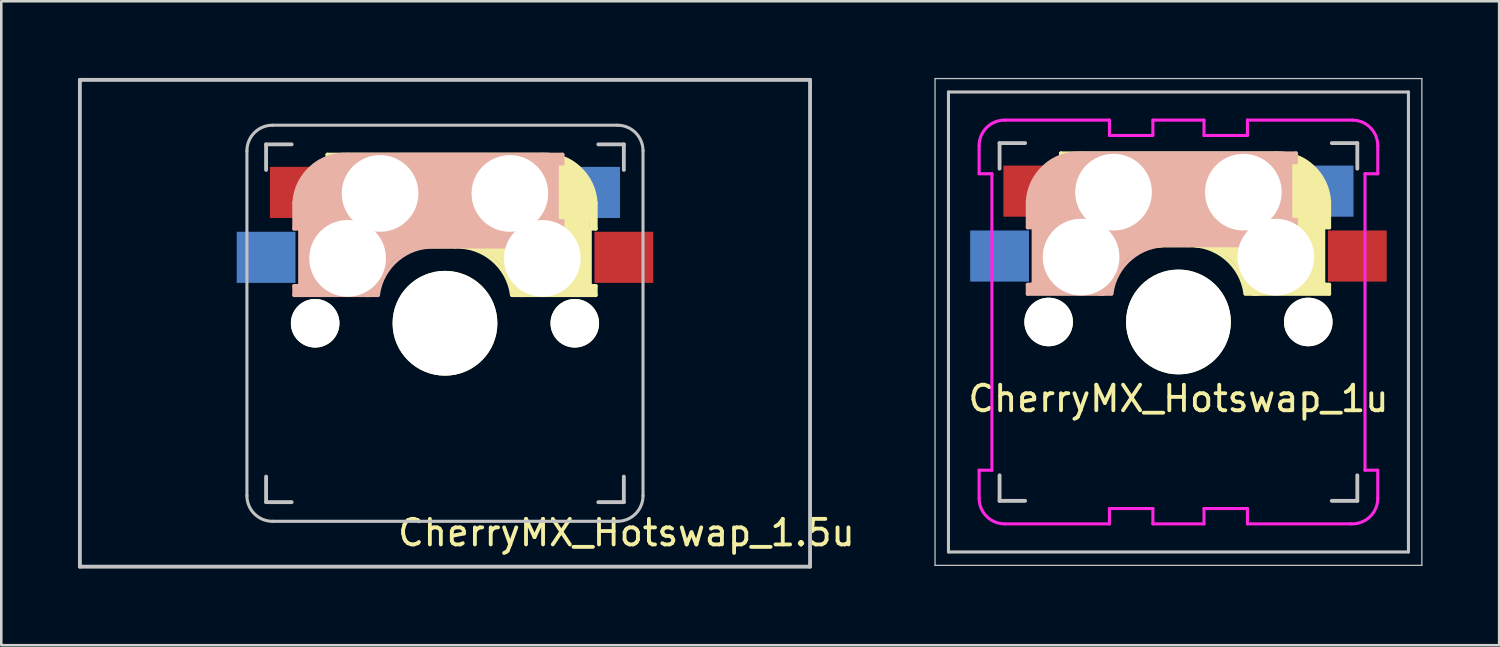
<source format=kicad_pcb>
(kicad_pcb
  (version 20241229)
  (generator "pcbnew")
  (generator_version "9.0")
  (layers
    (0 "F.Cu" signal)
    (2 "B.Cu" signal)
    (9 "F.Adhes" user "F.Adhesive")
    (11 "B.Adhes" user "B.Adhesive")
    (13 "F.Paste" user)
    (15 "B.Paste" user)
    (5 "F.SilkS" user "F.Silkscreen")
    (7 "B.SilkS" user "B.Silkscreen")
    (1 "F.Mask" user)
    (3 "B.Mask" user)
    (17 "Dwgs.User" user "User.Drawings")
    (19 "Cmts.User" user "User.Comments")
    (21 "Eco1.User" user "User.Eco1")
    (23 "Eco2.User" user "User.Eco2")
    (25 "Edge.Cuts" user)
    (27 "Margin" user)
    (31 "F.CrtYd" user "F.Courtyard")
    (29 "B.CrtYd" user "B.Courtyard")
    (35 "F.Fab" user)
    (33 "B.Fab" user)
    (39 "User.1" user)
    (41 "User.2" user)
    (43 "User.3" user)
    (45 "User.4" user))
  (footprint "CherryMX_Hotswap_1.5u"
    (layer "F.Cu")
    (at 14.363 9.6)
    (property "Reference" "CherryMX_Hotswap_1.5u" (at 7.1 8.2 0) (layer "F.SilkS") (effects (font (size 1 1) (thickness 0.15))))
    (attr through_hole)
    (fp_line (start -4.6 -6.6) (end 3.8 -6.6) (stroke (width 0.15) (type solid)) (layer "F.SilkS"))
    (fp_line (start -4.6 -6.25) (end -4.6 -6.6) (stroke (width 0.15) (type solid)) (layer "F.SilkS"))
    (fp_line (start -4.6 -4) (end -4.4 -4) (stroke (width 0.15) (type solid)) (layer "F.SilkS"))
    (fp_line (start -4.6 -3) (end -4.6 -4) (stroke (width 0.15) (type solid)) (layer "F.SilkS"))
    (fp_line (start -4.4 -6.4) (end -3 -6.4) (stroke (width 0.4) (type solid)) (layer "F.SilkS"))
    (fp_line (start -4.4 -6.25) (end -4.6 -6.25) (stroke (width 0.15) (type solid)) (layer "F.SilkS"))
    (fp_line (start -4.4 -3.9) (end -4.4 -3.2) (stroke (width 0.4) (type solid)) (layer "F.SilkS"))
    (fp_line (start -4.38 -4) (end -4.38 -6.25) (stroke (width 0.15) (type solid)) (layer "F.SilkS"))
    (fp_line (start -4.3 -3.3) (end -2.9 -3.3) (stroke (width 0.5) (type solid)) (layer "F.SilkS"))
    (fp_line (start -3.9 -6) (end -3.9 -3.5) (stroke (width 1) (type solid)) (layer "F.SilkS"))
    (fp_line (start -2.6 -4.8) (end 4.1 -4.8) (stroke (width 3.5) (type solid)) (layer "F.SilkS"))
    (fp_line (start 0.4 -3) (end -4.6 -3) (stroke (width 0.15) (type solid)) (layer "F.SilkS"))
    (fp_line (start 4.17 -5.1) (end 4.17 -2.86) (stroke (width 3) (type solid)) (layer "F.SilkS"))
    (fp_line (start 5.3 -1.6) (end 5.3 -3.4) (stroke (width 0.8) (type solid)) (layer "F.SilkS"))
    (fp_line (start 5.67 -3.7) (end 5.67 -1.46) (stroke (width 0.15) (type solid)) (layer "F.SilkS"))
    (fp_line (start 5.7 -1.46) (end 5.9 -1.46) (stroke (width 0.15) (type solid)) (layer "F.SilkS"))
    (fp_line (start 5.7 -1.3) (end 3 -1.3) (stroke (width 0.5) (type solid)) (layer "F.SilkS"))
    (fp_line (start 5.8 -3.8) (end 5.8 -4.7) (stroke (width 0.3) (type solid)) (layer "F.SilkS"))
    (fp_line (start 5.9 -4.7) (end 5.9 -3.7) (stroke (width 0.15) (type solid)) (layer "F.SilkS"))
    (fp_line (start 5.9 -3.7) (end 5.7 -3.7) (stroke (width 0.15) (type solid)) (layer "F.SilkS"))
    (fp_line (start 5.9 -1.1) (end 2.62 -1.1) (stroke (width 0.15) (type solid)) (layer "F.SilkS"))
    (fp_line (start 5.9 -1.1) (end 5.9 -1.46) (stroke (width 0.15) (type solid)) (layer "F.SilkS"))
    (fp_arc (start 0.4 -3) (mid 1.868709 -2.486118) (end 2.616318 -1.121471) (stroke (width 0.15) (type solid)) (layer "F.SilkS"))
    (fp_arc (start 0.8 -3.4) (mid 2.268709 -2.886118) (end 3.016318 -1.521471) (stroke (width 1) (type solid)) (layer "F.SilkS"))
    (fp_arc (start 3.8 -6.600001) (mid 5.243504 -6.084925) (end 5.900001 -4.7) (stroke (width 0.15) (type solid)) (layer "F.SilkS"))
    (fp_line (start -5.9 -4.7) (end -5.9 -3.7) (stroke (width 0.15) (type solid)) (layer "B.SilkS"))
    (fp_line (start -5.9 -3.7) (end -5.7 -3.7) (stroke (width 0.15) (type solid)) (layer "B.SilkS"))
    (fp_line (start -5.9 -1.1) (end -5.9 -1.46) (stroke (width 0.15) (type solid)) (layer "B.SilkS"))
    (fp_line (start -5.9 -1.1) (end -2.62 -1.1) (stroke (width 0.15) (type solid)) (layer "B.SilkS"))
    (fp_line (start -5.8 -3.8) (end -5.8 -4.7) (stroke (width 0.3) (type solid)) (layer "B.SilkS"))
    (fp_line (start -5.7 -1.46) (end -5.9 -1.46) (stroke (width 0.15) (type solid)) (layer "B.SilkS"))
    (fp_line (start -5.7 -1.3) (end -3 -1.3) (stroke (width 0.5) (type solid)) (layer "B.SilkS"))
    (fp_line (start -5.67 -3.7) (end -5.67 -1.46) (stroke (width 0.15) (type solid)) (layer "B.SilkS"))
    (fp_line (start -5.3 -1.6) (end -5.3 -3.4) (stroke (width 0.8) (type solid)) (layer "B.SilkS"))
    (fp_line (start -4.17 -5.1) (end -4.17 -2.86) (stroke (width 3) (type solid)) (layer "B.SilkS"))
    (fp_line (start -0.4 -3) (end 4.6 -3) (stroke (width 0.15) (type solid)) (layer "B.SilkS"))
    (fp_line (start 2.6 -4.8) (end -4.1 -4.8) (stroke (width 3.5) (type solid)) (layer "B.SilkS"))
    (fp_line (start 3.9 -6) (end 3.9 -3.5) (stroke (width 1) (type solid)) (layer "B.SilkS"))
    (fp_line (start 4.3 -3.3) (end 2.9 -3.3) (stroke (width 0.5) (type solid)) (layer "B.SilkS"))
    (fp_line (start 4.38 -4) (end 4.38 -6.25) (stroke (width 0.15) (type solid)) (layer "B.SilkS"))
    (fp_line (start 4.4 -6.4) (end 3 -6.4) (stroke (width 0.4) (type solid)) (layer "B.SilkS"))
    (fp_line (start 4.4 -6.25) (end 4.6 -6.25) (stroke (width 0.15) (type solid)) (layer "B.SilkS"))
    (fp_line (start 4.4 -3.9) (end 4.4 -3.2) (stroke (width 0.4) (type solid)) (layer "B.SilkS"))
    (fp_line (start 4.6 -6.6) (end -3.8 -6.6) (stroke (width 0.15) (type solid)) (layer "B.SilkS"))
    (fp_line (start 4.6 -6.25) (end 4.6 -6.6) (stroke (width 0.15) (type solid)) (layer "B.SilkS"))
    (fp_line (start 4.6 -4) (end 4.4 -4) (stroke (width 0.15) (type solid)) (layer "B.SilkS"))
    (fp_line (start 4.6 -3) (end 4.6 -4) (stroke (width 0.15) (type solid)) (layer "B.SilkS"))
    (fp_arc (start -5.9 -4.699999) (mid -5.243504 -6.084924) (end -3.800001 -6.6) (stroke (width 0.15) (type solid)) (layer "B.SilkS"))
    (fp_arc (start -3.016318 -1.521471) (mid -2.268709 -2.886118) (end -0.8 -3.4) (stroke (width 1) (type solid)) (layer "B.SilkS"))
    (fp_arc (start -2.616318 -1.121471) (mid -1.868709 -2.486118) (end -0.4 -3) (stroke (width 0.15) (type solid)) (layer "B.SilkS"))
    (fp_line (start -14.287 -9.525) (end 14.287 -9.525) (stroke (width 0.15) (type solid)) (layer "Dwgs.User"))
    (fp_line (start -14.287 9.525) (end -14.287 -9.525) (stroke (width 0.15) (type solid)) (layer "Dwgs.User"))
    (fp_line (start -7.75 6.75) (end -7.75 -6.75) (stroke (width 0.12) (type solid)) (layer "Dwgs.User"))
    (fp_line (start -7 -7) (end -6 -7) (stroke (width 0.15) (type solid)) (layer "Dwgs.User"))
    (fp_line (start -7 -6) (end -7 -7) (stroke (width 0.15) (type solid)) (layer "Dwgs.User"))
    (fp_line (start -7 6) (end -7 7) (stroke (width 0.15) (type solid)) (layer "Dwgs.User"))
    (fp_line (start -7 7) (end -6 7) (stroke (width 0.15) (type solid)) (layer "Dwgs.User"))
    (fp_line (start -6.75 -7.75) (end 6.75 -7.75) (stroke (width 0.12) (type solid)) (layer "Dwgs.User"))
    (fp_line (start -6.75 7.75) (end 6.75 7.75) (stroke (width 0.12) (type solid)) (layer "Dwgs.User"))
    (fp_line (start 6 7) (end 7 7) (stroke (width 0.15) (type solid)) (layer "Dwgs.User"))
    (fp_line (start 7 -7) (end 6 -7) (stroke (width 0.15) (type solid)) (layer "Dwgs.User"))
    (fp_line (start 7 -7) (end 7 -6) (stroke (width 0.15) (type solid)) (layer "Dwgs.User"))
    (fp_line (start 7 7) (end 7 6) (stroke (width 0.15) (type solid)) (layer "Dwgs.User"))
    (fp_line (start 7.75 6.75) (end 7.75 -6.75) (stroke (width 0.12) (type solid)) (layer "Dwgs.User"))
    (fp_line (start 14.287 -9.525) (end 14.287 9.525) (stroke (width 0.15) (type solid)) (layer "Dwgs.User"))
    (fp_line (start 14.287 9.525) (end -14.287 9.525) (stroke (width 0.15) (type solid)) (layer "Dwgs.User"))
    (fp_arc (start -7.75 -6.75) (mid -7.457107 -7.457107) (end -6.75 -7.75) (stroke (width 0.12) (type solid)) (layer "Dwgs.User"))
    (fp_arc (start -6.75 7.75) (mid -7.457107 7.457107) (end -7.75 6.75) (stroke (width 0.12) (type solid)) (layer "Dwgs.User"))
    (fp_arc (start 6.75 -7.75) (mid 7.457107 -7.457107) (end 7.75 -6.75) (stroke (width 0.12) (type solid)) (layer "Dwgs.User"))
    (fp_arc (start 7.75 6.75) (mid 7.457107 7.457107) (end 6.75 7.75) (stroke (width 0.12) (type solid)) (layer "Dwgs.User"))
    (pad "" np_thru_hole circle (at -5.08 0) (size 1.9 1.9) (drill 1.9) (layers "*.Cu" "*.Mask" "F.SilkS"))
    (pad "" np_thru_hole circle (at -3.81 -2.54 180) (size 3 3) (drill 3) (layers "*.Cu" "*.Mask"))
    (pad "" np_thru_hole circle (at -2.54 -5.08 180) (size 3 3) (drill 3) (layers "*.Cu" "*.Mask"))
    (pad "" np_thru_hole circle (at 0 0 90) (size 4.1 4.1) (drill 4.1) (layers "*.Cu" "*.Mask" "F.SilkS"))
    (pad "" np_thru_hole circle (at 2.54 -5.08 180) (size 3 3) (drill 3) (layers "*.Cu" "*.Mask"))
    (pad "" np_thru_hole circle (at 3.81 -2.54 180) (size 3 3) (drill 3) (layers "*.Cu" "*.Mask"))
    (pad "" np_thru_hole circle (at 5.08 0) (size 1.9 1.9) (drill 1.9) (layers "*.Cu" "*.Mask" "F.SilkS"))
    (pad "1" smd rect (at -7 -2.58 180) (size 2.3 2) (layers "B.Cu" "B.Mask" "B.Paste"))
    (pad "1" smd rect (at 7 -2.58 180) (size 2.3 2) (layers "F.Cu" "F.Mask" "F.Paste"))
    (pad "2" smd rect (at -5.7 -5.12 180) (size 2.3 2) (layers "F.Cu" "F.Mask" "F.Paste"))
    (pad "2" smd rect (at 5.7 -5.12 180) (size 2.3 2) (layers "B.Cu" "B.Mask" "B.Paste")))
  (footprint "CherryMX_Hotswap_1u"
    (layer "F.Cu")
    (at 43.066 9.55)
    (property "Reference" "CherryMX_Hotswap_1u" (at 0 3 0) (layer "F.SilkS") (effects (font (size 1 1) (thickness 0.15))))
    (attr through_hole)
    (fp_line (start -4.6 -6.6) (end 3.8 -6.6) (stroke (width 0.15) (type solid)) (layer "F.SilkS"))
    (fp_line (start -4.6 -6.25) (end -4.6 -6.6) (stroke (width 0.15) (type solid)) (layer "F.SilkS"))
    (fp_line (start -4.6 -4) (end -4.4 -4) (stroke (width 0.15) (type solid)) (layer "F.SilkS"))
    (fp_line (start -4.6 -3) (end -4.6 -4) (stroke (width 0.15) (type solid)) (layer "F.SilkS"))
    (fp_line (start -4.4 -6.4) (end -3 -6.4) (stroke (width 0.4) (type solid)) (layer "F.SilkS"))
    (fp_line (start -4.4 -6.25) (end -4.6 -6.25) (stroke (width 0.15) (type solid)) (layer "F.SilkS"))
    (fp_line (start -4.4 -3.9) (end -4.4 -3.2) (stroke (width 0.4) (type solid)) (layer "F.SilkS"))
    (fp_line (start -4.38 -4) (end -4.38 -6.25) (stroke (width 0.15) (type solid)) (layer "F.SilkS"))
    (fp_line (start -4.3 -3.3) (end -2.9 -3.3) (stroke (width 0.5) (type solid)) (layer "F.SilkS"))
    (fp_line (start -3.9 -6) (end -3.9 -3.5) (stroke (width 1) (type solid)) (layer "F.SilkS"))
    (fp_line (start -2.6 -4.8) (end 4.1 -4.8) (stroke (width 3.5) (type solid)) (layer "F.SilkS"))
    (fp_line (start 0.4 -3) (end -4.6 -3) (stroke (width 0.15) (type solid)) (layer "F.SilkS"))
    (fp_line (start 4.17 -5.1) (end 4.17 -2.86) (stroke (width 3) (type solid)) (layer "F.SilkS"))
    (fp_line (start 5.3 -1.6) (end 5.3 -3.4) (stroke (width 0.8) (type solid)) (layer "F.SilkS"))
    (fp_line (start 5.67 -3.7) (end 5.67 -1.46) (stroke (width 0.15) (type solid)) (layer "F.SilkS"))
    (fp_line (start 5.7 -1.46) (end 5.9 -1.46) (stroke (width 0.15) (type solid)) (layer "F.SilkS"))
    (fp_line (start 5.7 -1.3) (end 3 -1.3) (stroke (width 0.5) (type solid)) (layer "F.SilkS"))
    (fp_line (start 5.8 -3.8) (end 5.8 -4.7) (stroke (width 0.3) (type solid)) (layer "F.SilkS"))
    (fp_line (start 5.9 -4.7) (end 5.9 -3.7) (stroke (width 0.15) (type solid)) (layer "F.SilkS"))
    (fp_line (start 5.9 -3.7) (end 5.7 -3.7) (stroke (width 0.15) (type solid)) (layer "F.SilkS"))
    (fp_line (start 5.9 -1.1) (end 2.62 -1.1) (stroke (width 0.15) (type solid)) (layer "F.SilkS"))
    (fp_line (start 5.9 -1.1) (end 5.9 -1.46) (stroke (width 0.15) (type solid)) (layer "F.SilkS"))
    (fp_arc (start 0.4 -3) (mid 1.868709 -2.486118) (end 2.616318 -1.121471) (stroke (width 0.15) (type solid)) (layer "F.SilkS"))
    (fp_arc (start 0.8 -3.4) (mid 2.268709 -2.886118) (end 3.016318 -1.521471) (stroke (width 1) (type solid)) (layer "F.SilkS"))
    (fp_arc (start 3.8 -6.600001) (mid 5.243504 -6.084925) (end 5.900001 -4.7) (stroke (width 0.15) (type solid)) (layer "F.SilkS"))
    (fp_line (start -5.9 -4.7) (end -5.9 -3.7) (stroke (width 0.15) (type solid)) (layer "B.SilkS"))
    (fp_line (start -5.9 -3.7) (end -5.7 -3.7) (stroke (width 0.15) (type solid)) (layer "B.SilkS"))
    (fp_line (start -5.9 -1.1) (end -5.9 -1.46) (stroke (width 0.15) (type solid)) (layer "B.SilkS"))
    (fp_line (start -5.9 -1.1) (end -2.62 -1.1) (stroke (width 0.15) (type solid)) (layer "B.SilkS"))
    (fp_line (start -5.8 -3.8) (end -5.8 -4.7) (stroke (width 0.3) (type solid)) (layer "B.SilkS"))
    (fp_line (start -5.7 -1.46) (end -5.9 -1.46) (stroke (width 0.15) (type solid)) (layer "B.SilkS"))
    (fp_line (start -5.7 -1.3) (end -3 -1.3) (stroke (width 0.5) (type solid)) (layer "B.SilkS"))
    (fp_line (start -5.67 -3.7) (end -5.67 -1.46) (stroke (width 0.15) (type solid)) (layer "B.SilkS"))
    (fp_line (start -5.3 -1.6) (end -5.3 -3.4) (stroke (width 0.8) (type solid)) (layer "B.SilkS"))
    (fp_line (start -4.17 -5.1) (end -4.17 -2.86) (stroke (width 3) (type solid)) (layer "B.SilkS"))
    (fp_line (start -0.4 -3) (end 4.6 -3) (stroke (width 0.15) (type solid)) (layer "B.SilkS"))
    (fp_line (start 2.6 -4.8) (end -4.1 -4.8) (stroke (width 3.5) (type solid)) (layer "B.SilkS"))
    (fp_line (start 3.9 -6) (end 3.9 -3.5) (stroke (width 1) (type solid)) (layer "B.SilkS"))
    (fp_line (start 4.3 -3.3) (end 2.9 -3.3) (stroke (width 0.5) (type solid)) (layer "B.SilkS"))
    (fp_line (start 4.38 -4) (end 4.38 -6.25) (stroke (width 0.15) (type solid)) (layer "B.SilkS"))
    (fp_line (start 4.4 -6.4) (end 3 -6.4) (stroke (width 0.4) (type solid)) (layer "B.SilkS"))
    (fp_line (start 4.4 -6.25) (end 4.6 -6.25) (stroke (width 0.15) (type solid)) (layer "B.SilkS"))
    (fp_line (start 4.4 -3.9) (end 4.4 -3.2) (stroke (width 0.4) (type solid)) (layer "B.SilkS"))
    (fp_line (start 4.6 -6.6) (end -3.8 -6.6) (stroke (width 0.15) (type solid)) (layer "B.SilkS"))
    (fp_line (start 4.6 -6.25) (end 4.6 -6.6) (stroke (width 0.15) (type solid)) (layer "B.SilkS"))
    (fp_line (start 4.6 -4) (end 4.4 -4) (stroke (width 0.15) (type solid)) (layer "B.SilkS"))
    (fp_line (start 4.6 -3) (end 4.6 -4) (stroke (width 0.15) (type solid)) (layer "B.SilkS"))
    (fp_arc (start -5.9 -4.699999) (mid -5.243504 -6.084924) (end -3.800001 -6.6) (stroke (width 0.15) (type solid)) (layer "B.SilkS"))
    (fp_arc (start -3.016318 -1.521471) (mid -2.268709 -2.886118) (end -0.8 -3.4) (stroke (width 1) (type solid)) (layer "B.SilkS"))
    (fp_arc (start -2.616318 -1.121471) (mid -1.868709 -2.486118) (end -0.4 -3) (stroke (width 0.15) (type solid)) (layer "B.SilkS"))
    (fp_line (start -9.525 -9.525) (end 9.525 -9.525) (stroke (width 0.05) (type solid)) (layer "Dwgs.User"))
    (fp_line (start -9.525 9.525) (end -9.525 -9.525) (stroke (width 0.05) (type solid)) (layer "Dwgs.User"))
    (fp_line (start -9 -9) (end 9 -9) (stroke (width 0.12) (type solid)) (layer "Dwgs.User"))
    (fp_line (start -9 9) (end -9 -9) (stroke (width 0.12) (type solid)) (layer "Dwgs.User"))
    (fp_line (start -7 -7) (end -6 -7) (stroke (width 0.15) (type solid)) (layer "Dwgs.User"))
    (fp_line (start -7 -6) (end -7 -7) (stroke (width 0.15) (type solid)) (layer "Dwgs.User"))
    (fp_line (start -7 6) (end -7 7) (stroke (width 0.15) (type solid)) (layer "Dwgs.User"))
    (fp_line (start -7 7) (end -6 7) (stroke (width 0.15) (type solid)) (layer "Dwgs.User"))
    (fp_line (start 6 7) (end 7 7) (stroke (width 0.15) (type solid)) (layer "Dwgs.User"))
    (fp_line (start 7 -7) (end 6 -7) (stroke (width 0.15) (type solid)) (layer "Dwgs.User"))
    (fp_line (start 7 -7) (end 7 -6) (stroke (width 0.15) (type solid)) (layer "Dwgs.User"))
    (fp_line (start 7 7) (end 7 6) (stroke (width 0.15) (type solid)) (layer "Dwgs.User"))
    (fp_line (start 9 -9) (end 9 9) (stroke (width 0.12) (type solid)) (layer "Dwgs.User"))
    (fp_line (start 9 9) (end -9 9) (stroke (width 0.12) (type solid)) (layer "Dwgs.User"))
    (fp_line (start 9.525 -9.525) (end 9.525 9.525) (stroke (width 0.05) (type solid)) (layer "Dwgs.User"))
    (fp_line (start 9.525 9.525) (end -9.525 9.525) (stroke (width 0.05) (type solid)) (layer "Dwgs.User"))
    (fp_line (start -7.8 -6.9) (end -7.8 -5.8) (stroke (width 0.12) (type solid)) (layer "F.CrtYd"))
    (fp_line (start -7.8 -5.8) (end -7.3 -5.8) (stroke (width 0.12) (type solid)) (layer "F.CrtYd"))
    (fp_line (start -7.8 5.8) (end -7.3 5.8) (stroke (width 0.12) (type solid)) (layer "F.CrtYd"))
    (fp_line (start -7.8 6.9) (end -7.8 5.8) (stroke (width 0.12) (type solid)) (layer "F.CrtYd"))
    (fp_line (start -7.3 -5.8) (end -7.3 5.8) (stroke (width 0.12) (type solid)) (layer "F.CrtYd"))
    (fp_line (start -6.8 -7.9) (end -2.7 -7.9) (stroke (width 0.12) (type solid)) (layer "F.CrtYd"))
    (fp_line (start -6.8 7.9) (end -2.7 7.9) (stroke (width 0.12) (type solid)) (layer "F.CrtYd"))
    (fp_line (start -2.7 -7.9) (end -2.7 -7.3) (stroke (width 0.12) (type solid)) (layer "F.CrtYd"))
    (fp_line (start -2.7 7.3) (end -1 7.3) (stroke (width 0.12) (type solid)) (layer "F.CrtYd"))
    (fp_line (start -2.7 7.9) (end -2.7 7.3) (stroke (width 0.12) (type solid)) (layer "F.CrtYd"))
    (fp_line (start -1 -7.9) (end -1 -7.3) (stroke (width 0.12) (type solid)) (layer "F.CrtYd"))
    (fp_line (start -1 -7.9) (end 1 -7.9) (stroke (width 0.12) (type solid)) (layer "F.CrtYd"))
    (fp_line (start -1 -7.3) (end -2.7 -7.3) (stroke (width 0.12) (type solid)) (layer "F.CrtYd"))
    (fp_line (start -1 7.3) (end -1 7.9) (stroke (width 0.12) (type solid)) (layer "F.CrtYd"))
    (fp_line (start -1 7.9) (end 1 7.9) (stroke (width 0.12) (type solid)) (layer "F.CrtYd"))
    (fp_line (start 1 -7.9) (end 1 -7.3) (stroke (width 0.12) (type solid)) (layer "F.CrtYd"))
    (fp_line (start 1 -7.3) (end 2.7 -7.3) (stroke (width 0.12) (type solid)) (layer "F.CrtYd"))
    (fp_line (start 1 7.3) (end 2.7 7.3) (stroke (width 0.12) (type solid)) (layer "F.CrtYd"))
    (fp_line (start 1 7.9) (end 1 7.3) (stroke (width 0.12) (type solid)) (layer "F.CrtYd"))
    (fp_line (start 2.7 -7.9) (end 2.7 -7.3) (stroke (width 0.12) (type solid)) (layer "F.CrtYd"))
    (fp_line (start 2.7 7.9) (end 2.7 7.3) (stroke (width 0.12) (type solid)) (layer "F.CrtYd"))
    (fp_line (start 6.749 7.9) (end 2.7 7.9) (stroke (width 0.12) (type solid)) (layer "F.CrtYd"))
    (fp_line (start 6.8 -7.9) (end 2.7 -7.9) (stroke (width 0.12) (type solid)) (layer "F.CrtYd"))
    (fp_line (start 7.3 5.8) (end 7.3 -5.8) (stroke (width 0.12) (type solid)) (layer "F.CrtYd"))
    (fp_line (start 7.799 5.8) (end 7.3 5.8) (stroke (width 0.12) (type solid)) (layer "F.CrtYd"))
    (fp_line (start 7.8 -6.9) (end 7.8 -5.8) (stroke (width 0.12) (type solid)) (layer "F.CrtYd"))
    (fp_line (start 7.8 -5.8) (end 7.3 -5.8) (stroke (width 0.12) (type solid)) (layer "F.CrtYd"))
    (fp_line (start 7.8 6.9) (end 7.799 5.8) (stroke (width 0.12) (type solid)) (layer "F.CrtYd"))
    (fp_arc (start -7.8 -6.9) (mid -7.507107 -7.607107) (end -6.8 -7.9) (stroke (width 0.12) (type solid)) (layer "F.CrtYd"))
    (fp_arc (start -6.8 7.9) (mid -7.507107 7.607107) (end -7.8 6.9) (stroke (width 0.12) (type solid)) (layer "F.CrtYd"))
    (fp_arc (start 6.8 -7.9) (mid 7.507107 -7.607107) (end 7.8 -6.9) (stroke (width 0.12) (type solid)) (layer "F.CrtYd"))
    (fp_arc (start 7.8 6.9) (mid 7.488837 7.625452) (end 6.748751 7.9) (stroke (width 0.12) (type solid)) (layer "F.CrtYd"))
    (pad "" np_thru_hole circle (at -5.08 0) (size 1.9 1.9) (drill 1.9) (layers "*.Cu" "*.Mask" "F.SilkS"))
    (pad "" np_thru_hole circle (at -3.81 -2.54 180) (size 3 3) (drill 3) (layers "*.Cu" "*.Mask"))
    (pad "" np_thru_hole circle (at -2.54 -5.08 180) (size 3 3) (drill 3) (layers "*.Cu" "*.Mask"))
    (pad "" np_thru_hole circle (at 0 0 90) (size 4.1 4.1) (drill 4.1) (layers "*.Cu" "*.Mask" "F.SilkS"))
    (pad "" np_thru_hole circle (at 2.54 -5.08 180) (size 3 3) (drill 3) (layers "*.Cu" "*.Mask"))
    (pad "" np_thru_hole circle (at 3.81 -2.54 180) (size 3 3) (drill 3) (layers "*.Cu" "*.Mask"))
    (pad "" np_thru_hole circle (at 5.08 0) (size 1.9 1.9) (drill 1.9) (layers "*.Cu" "*.Mask" "F.SilkS"))
    (pad "1" smd rect (at -7 -2.58 180) (size 2.3 2) (layers "B.Cu" "B.Mask" "B.Paste"))
    (pad "1" smd rect (at 7 -2.58 180) (size 2.3 2) (layers "F.Cu" "F.Mask" "F.Paste"))
    (pad "2" smd rect (at -5.7 -5.12 180) (size 2.3 2) (layers "F.Cu" "F.Mask" "F.Paste"))
    (pad "2" smd rect (at 5.7 -5.12 180) (size 2.3 2) (layers "B.Cu" "B.Mask" "B.Paste")))
  (gr_rect
    (start -3 -3)
    (end 55.616 22.2)
    (stroke (width 0.1) (type default))
    (fill no)
    (layer "Edge.Cuts")))
</source>
